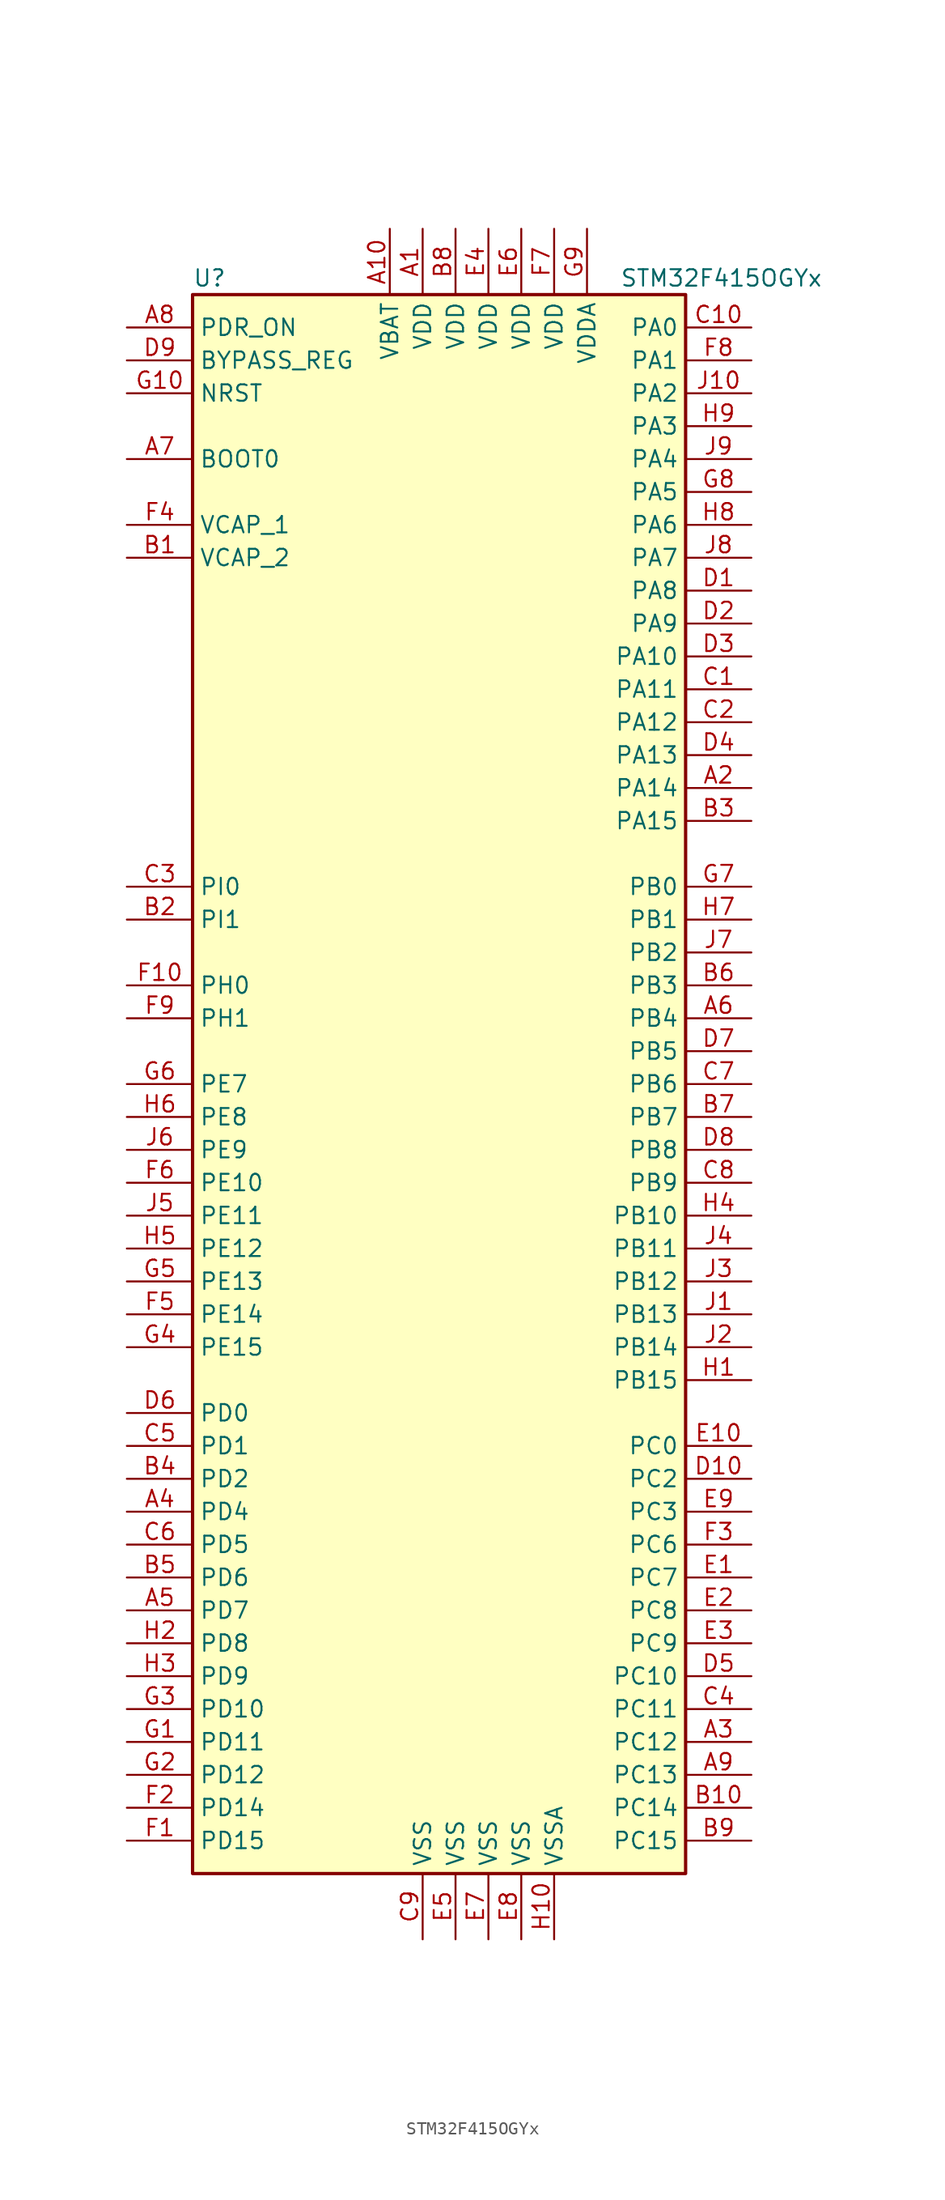
<source format=kicad_sym>
(kicad_symbol_lib
  (version 20211014)
  (generator kicad_symbol_editor)
  (symbol "STM32F415OGYx"
    (property "Reference" "U"
      (at -20.32 62.23 0)
      (effects (font (size 1.27 1.27)) (justify left)))
    (property "Value" "STM32F415OGYx"
      (at 12.7 62.23 0)
      (effects (font (size 1.27 1.27)) (justify left)))
    (symbol "STM32F415OGYx_0_1"
      (rectangle (start -20.32 -60.96) (end 17.78 60.96) (stroke (width 0.254) (type default) (color 0 0 0 0)) (fill (type background))))
    (symbol "STM32F415OGYx_1_1"
      (pin power_in line (at -2.54 66.04 270) (length 5.08) (name "VDD" (effects (font (size 1.27 1.27)))) (number "A1" (effects (font (size 1.27 1.27)))))
      (pin power_in line (at -5.08 66.04 270) (length 5.08) (name "VBAT" (effects (font (size 1.27 1.27)))) (number "A10" (effects (font (size 1.27 1.27)))))
      (pin bidirectional line (at 22.86 22.86 180) (length 5.08) (name "PA14" (effects (font (size 1.27 1.27)))) (number "A2" (effects (font (size 1.27 1.27)))))
      (pin bidirectional line (at 22.86 -50.8 180) (length 5.08) (name "PC12" (effects (font (size 1.27 1.27)))) (number "A3" (effects (font (size 1.27 1.27)))))
      (pin bidirectional line (at -25.4 -33.02 0) (length 5.08) (name "PD4" (effects (font (size 1.27 1.27)))) (number "A4" (effects (font (size 1.27 1.27)))))
      (pin bidirectional line (at -25.4 -40.64 0) (length 5.08) (name "PD7" (effects (font (size 1.27 1.27)))) (number "A5" (effects (font (size 1.27 1.27)))))
      (pin bidirectional line (at 22.86 5.08 180) (length 5.08) (name "PB4" (effects (font (size 1.27 1.27)))) (number "A6" (effects (font (size 1.27 1.27)))))
      (pin input line (at -25.4 48.26 0) (length 5.08) (name "BOOT0" (effects (font (size 1.27 1.27)))) (number "A7" (effects (font (size 1.27 1.27)))))
      (pin input line (at -25.4 58.42 0) (length 5.08) (name "PDR_ON" (effects (font (size 1.27 1.27)))) (number "A8" (effects (font (size 1.27 1.27)))))
      (pin bidirectional line (at 22.86 -53.34 180) (length 5.08) (name "PC13" (effects (font (size 1.27 1.27)))) (number "A9" (effects (font (size 1.27 1.27)))))
      (pin power_in line (at -25.4 40.64 0) (length 5.08) (name "VCAP_2" (effects (font (size 1.27 1.27)))) (number "B1" (effects (font (size 1.27 1.27)))))
      (pin bidirectional line (at 22.86 -55.88 180) (length 5.08) (name "PC14" (effects (font (size 1.27 1.27)))) (number "B10" (effects (font (size 1.27 1.27)))))
      (pin bidirectional line (at -25.4 12.7 0) (length 5.08) (name "PI1" (effects (font (size 1.27 1.27)))) (number "B2" (effects (font (size 1.27 1.27)))))
      (pin bidirectional line (at 22.86 20.32 180) (length 5.08) (name "PA15" (effects (font (size 1.27 1.27)))) (number "B3" (effects (font (size 1.27 1.27)))))
      (pin bidirectional line (at -25.4 -30.48 0) (length 5.08) (name "PD2" (effects (font (size 1.27 1.27)))) (number "B4" (effects (font (size 1.27 1.27)))))
      (pin bidirectional line (at -25.4 -38.1 0) (length 5.08) (name "PD6" (effects (font (size 1.27 1.27)))) (number "B5" (effects (font (size 1.27 1.27)))))
      (pin bidirectional line (at 22.86 7.62 180) (length 5.08) (name "PB3" (effects (font (size 1.27 1.27)))) (number "B6" (effects (font (size 1.27 1.27)))))
      (pin bidirectional line (at 22.86 -2.54 180) (length 5.08) (name "PB7" (effects (font (size 1.27 1.27)))) (number "B7" (effects (font (size 1.27 1.27)))))
      (pin power_in line (at 0 66.04 270) (length 5.08) (name "VDD" (effects (font (size 1.27 1.27)))) (number "B8" (effects (font (size 1.27 1.27)))))
      (pin bidirectional line (at 22.86 -58.42 180) (length 5.08) (name "PC15" (effects (font (size 1.27 1.27)))) (number "B9" (effects (font (size 1.27 1.27)))))
      (pin bidirectional line (at 22.86 30.48 180) (length 5.08) (name "PA11" (effects (font (size 1.27 1.27)))) (number "C1" (effects (font (size 1.27 1.27)))))
      (pin bidirectional line (at 22.86 58.42 180) (length 5.08) (name "PA0" (effects (font (size 1.27 1.27)))) (number "C10" (effects (font (size 1.27 1.27)))))
      (pin bidirectional line (at 22.86 27.94 180) (length 5.08) (name "PA12" (effects (font (size 1.27 1.27)))) (number "C2" (effects (font (size 1.27 1.27)))))
      (pin bidirectional line (at -25.4 15.24 0) (length 5.08) (name "PI0" (effects (font (size 1.27 1.27)))) (number "C3" (effects (font (size 1.27 1.27)))))
      (pin bidirectional line (at 22.86 -48.26 180) (length 5.08) (name "PC11" (effects (font (size 1.27 1.27)))) (number "C4" (effects (font (size 1.27 1.27)))))
      (pin bidirectional line (at -25.4 -27.94 0) (length 5.08) (name "PD1" (effects (font (size 1.27 1.27)))) (number "C5" (effects (font (size 1.27 1.27)))))
      (pin bidirectional line (at -25.4 -35.56 0) (length 5.08) (name "PD5" (effects (font (size 1.27 1.27)))) (number "C6" (effects (font (size 1.27 1.27)))))
      (pin bidirectional line (at 22.86 0 180) (length 5.08) (name "PB6" (effects (font (size 1.27 1.27)))) (number "C7" (effects (font (size 1.27 1.27)))))
      (pin bidirectional line (at 22.86 -7.62 180) (length 5.08) (name "PB9" (effects (font (size 1.27 1.27)))) (number "C8" (effects (font (size 1.27 1.27)))))
      (pin power_in line (at -2.54 -66.04 90) (length 5.08) (name "VSS" (effects (font (size 1.27 1.27)))) (number "C9" (effects (font (size 1.27 1.27)))))
      (pin bidirectional line (at 22.86 38.1 180) (length 5.08) (name "PA8" (effects (font (size 1.27 1.27)))) (number "D1" (effects (font (size 1.27 1.27)))))
      (pin bidirectional line (at 22.86 -30.48 180) (length 5.08) (name "PC2" (effects (font (size 1.27 1.27)))) (number "D10" (effects (font (size 1.27 1.27)))))
      (pin bidirectional line (at 22.86 35.56 180) (length 5.08) (name "PA9" (effects (font (size 1.27 1.27)))) (number "D2" (effects (font (size 1.27 1.27)))))
      (pin bidirectional line (at 22.86 33.02 180) (length 5.08) (name "PA10" (effects (font (size 1.27 1.27)))) (number "D3" (effects (font (size 1.27 1.27)))))
      (pin bidirectional line (at 22.86 25.4 180) (length 5.08) (name "PA13" (effects (font (size 1.27 1.27)))) (number "D4" (effects (font (size 1.27 1.27)))))
      (pin bidirectional line (at 22.86 -45.72 180) (length 5.08) (name "PC10" (effects (font (size 1.27 1.27)))) (number "D5" (effects (font (size 1.27 1.27)))))
      (pin bidirectional line (at -25.4 -25.4 0) (length 5.08) (name "PD0" (effects (font (size 1.27 1.27)))) (number "D6" (effects (font (size 1.27 1.27)))))
      (pin bidirectional line (at 22.86 2.54 180) (length 5.08) (name "PB5" (effects (font (size 1.27 1.27)))) (number "D7" (effects (font (size 1.27 1.27)))))
      (pin bidirectional line (at 22.86 -5.08 180) (length 5.08) (name "PB8" (effects (font (size 1.27 1.27)))) (number "D8" (effects (font (size 1.27 1.27)))))
      (pin input line (at -25.4 55.88 0) (length 5.08) (name "BYPASS_REG" (effects (font (size 1.27 1.27)))) (number "D9" (effects (font (size 1.27 1.27)))))
      (pin bidirectional line (at 22.86 -38.1 180) (length 5.08) (name "PC7" (effects (font (size 1.27 1.27)))) (number "E1" (effects (font (size 1.27 1.27)))))
      (pin bidirectional line (at 22.86 -27.94 180) (length 5.08) (name "PC0" (effects (font (size 1.27 1.27)))) (number "E10" (effects (font (size 1.27 1.27)))))
      (pin bidirectional line (at 22.86 -40.64 180) (length 5.08) (name "PC8" (effects (font (size 1.27 1.27)))) (number "E2" (effects (font (size 1.27 1.27)))))
      (pin bidirectional line (at 22.86 -43.18 180) (length 5.08) (name "PC9" (effects (font (size 1.27 1.27)))) (number "E3" (effects (font (size 1.27 1.27)))))
      (pin power_in line (at 2.54 66.04 270) (length 5.08) (name "VDD" (effects (font (size 1.27 1.27)))) (number "E4" (effects (font (size 1.27 1.27)))))
      (pin power_in line (at 0 -66.04 90) (length 5.08) (name "VSS" (effects (font (size 1.27 1.27)))) (number "E5" (effects (font (size 1.27 1.27)))))
      (pin power_in line (at 5.08 66.04 270) (length 5.08) (name "VDD" (effects (font (size 1.27 1.27)))) (number "E6" (effects (font (size 1.27 1.27)))))
      (pin power_in line (at 2.54 -66.04 90) (length 5.08) (name "VSS" (effects (font (size 1.27 1.27)))) (number "E7" (effects (font (size 1.27 1.27)))))
      (pin power_in line (at 5.08 -66.04 90) (length 5.08) (name "VSS" (effects (font (size 1.27 1.27)))) (number "E8" (effects (font (size 1.27 1.27)))))
      (pin bidirectional line (at 22.86 -33.02 180) (length 5.08) (name "PC3" (effects (font (size 1.27 1.27)))) (number "E9" (effects (font (size 1.27 1.27)))))
      (pin bidirectional line (at -25.4 -58.42 0) (length 5.08) (name "PD15" (effects (font (size 1.27 1.27)))) (number "F1" (effects (font (size 1.27 1.27)))))
      (pin input line (at -25.4 7.62 0) (length 5.08) (name "PH0" (effects (font (size 1.27 1.27)))) (number "F10" (effects (font (size 1.27 1.27)))))
      (pin bidirectional line (at -25.4 -55.88 0) (length 5.08) (name "PD14" (effects (font (size 1.27 1.27)))) (number "F2" (effects (font (size 1.27 1.27)))))
      (pin bidirectional line (at 22.86 -35.56 180) (length 5.08) (name "PC6" (effects (font (size 1.27 1.27)))) (number "F3" (effects (font (size 1.27 1.27)))))
      (pin power_in line (at -25.4 43.18 0) (length 5.08) (name "VCAP_1" (effects (font (size 1.27 1.27)))) (number "F4" (effects (font (size 1.27 1.27)))))
      (pin bidirectional line (at -25.4 -17.78 0) (length 5.08) (name "PE14" (effects (font (size 1.27 1.27)))) (number "F5" (effects (font (size 1.27 1.27)))))
      (pin bidirectional line (at -25.4 -7.62 0) (length 5.08) (name "PE10" (effects (font (size 1.27 1.27)))) (number "F6" (effects (font (size 1.27 1.27)))))
      (pin power_in line (at 7.62 66.04 270) (length 5.08) (name "VDD" (effects (font (size 1.27 1.27)))) (number "F7" (effects (font (size 1.27 1.27)))))
      (pin bidirectional line (at 22.86 55.88 180) (length 5.08) (name "PA1" (effects (font (size 1.27 1.27)))) (number "F8" (effects (font (size 1.27 1.27)))))
      (pin input line (at -25.4 5.08 0) (length 5.08) (name "PH1" (effects (font (size 1.27 1.27)))) (number "F9" (effects (font (size 1.27 1.27)))))
      (pin bidirectional line (at -25.4 -50.8 0) (length 5.08) (name "PD11" (effects (font (size 1.27 1.27)))) (number "G1" (effects (font (size 1.27 1.27)))))
      (pin input line (at -25.4 53.34 0) (length 5.08) (name "NRST" (effects (font (size 1.27 1.27)))) (number "G10" (effects (font (size 1.27 1.27)))))
      (pin bidirectional line (at -25.4 -53.34 0) (length 5.08) (name "PD12" (effects (font (size 1.27 1.27)))) (number "G2" (effects (font (size 1.27 1.27)))))
      (pin bidirectional line (at -25.4 -48.26 0) (length 5.08) (name "PD10" (effects (font (size 1.27 1.27)))) (number "G3" (effects (font (size 1.27 1.27)))))
      (pin bidirectional line (at -25.4 -20.32 0) (length 5.08) (name "PE15" (effects (font (size 1.27 1.27)))) (number "G4" (effects (font (size 1.27 1.27)))))
      (pin bidirectional line (at -25.4 -15.24 0) (length 5.08) (name "PE13" (effects (font (size 1.27 1.27)))) (number "G5" (effects (font (size 1.27 1.27)))))
      (pin bidirectional line (at -25.4 0 0) (length 5.08) (name "PE7" (effects (font (size 1.27 1.27)))) (number "G6" (effects (font (size 1.27 1.27)))))
      (pin bidirectional line (at 22.86 15.24 180) (length 5.08) (name "PB0" (effects (font (size 1.27 1.27)))) (number "G7" (effects (font (size 1.27 1.27)))))
      (pin bidirectional line (at 22.86 45.72 180) (length 5.08) (name "PA5" (effects (font (size 1.27 1.27)))) (number "G8" (effects (font (size 1.27 1.27)))))
      (pin power_in line (at 10.16 66.04 270) (length 5.08) (name "VDDA" (effects (font (size 1.27 1.27)))) (number "G9" (effects (font (size 1.27 1.27)))))
      (pin bidirectional line (at 22.86 -22.86 180) (length 5.08) (name "PB15" (effects (font (size 1.27 1.27)))) (number "H1" (effects (font (size 1.27 1.27)))))
      (pin power_in line (at 7.62 -66.04 90) (length 5.08) (name "VSSA" (effects (font (size 1.27 1.27)))) (number "H10" (effects (font (size 1.27 1.27)))))
      (pin bidirectional line (at -25.4 -43.18 0) (length 5.08) (name "PD8" (effects (font (size 1.27 1.27)))) (number "H2" (effects (font (size 1.27 1.27)))))
      (pin bidirectional line (at -25.4 -45.72 0) (length 5.08) (name "PD9" (effects (font (size 1.27 1.27)))) (number "H3" (effects (font (size 1.27 1.27)))))
      (pin bidirectional line (at 22.86 -10.16 180) (length 5.08) (name "PB10" (effects (font (size 1.27 1.27)))) (number "H4" (effects (font (size 1.27 1.27)))))
      (pin bidirectional line (at -25.4 -12.7 0) (length 5.08) (name "PE12" (effects (font (size 1.27 1.27)))) (number "H5" (effects (font (size 1.27 1.27)))))
      (pin bidirectional line (at -25.4 -2.54 0) (length 5.08) (name "PE8" (effects (font (size 1.27 1.27)))) (number "H6" (effects (font (size 1.27 1.27)))))
      (pin bidirectional line (at 22.86 12.7 180) (length 5.08) (name "PB1" (effects (font (size 1.27 1.27)))) (number "H7" (effects (font (size 1.27 1.27)))))
      (pin bidirectional line (at 22.86 43.18 180) (length 5.08) (name "PA6" (effects (font (size 1.27 1.27)))) (number "H8" (effects (font (size 1.27 1.27)))))
      (pin bidirectional line (at 22.86 50.8 180) (length 5.08) (name "PA3" (effects (font (size 1.27 1.27)))) (number "H9" (effects (font (size 1.27 1.27)))))
      (pin bidirectional line (at 22.86 -17.78 180) (length 5.08) (name "PB13" (effects (font (size 1.27 1.27)))) (number "J1" (effects (font (size 1.27 1.27)))))
      (pin bidirectional line (at 22.86 53.34 180) (length 5.08) (name "PA2" (effects (font (size 1.27 1.27)))) (number "J10" (effects (font (size 1.27 1.27)))))
      (pin bidirectional line (at 22.86 -20.32 180) (length 5.08) (name "PB14" (effects (font (size 1.27 1.27)))) (number "J2" (effects (font (size 1.27 1.27)))))
      (pin bidirectional line (at 22.86 -15.24 180) (length 5.08) (name "PB12" (effects (font (size 1.27 1.27)))) (number "J3" (effects (font (size 1.27 1.27)))))
      (pin bidirectional line (at 22.86 -12.7 180) (length 5.08) (name "PB11" (effects (font (size 1.27 1.27)))) (number "J4" (effects (font (size 1.27 1.27)))))
      (pin bidirectional line (at -25.4 -10.16 0) (length 5.08) (name "PE11" (effects (font (size 1.27 1.27)))) (number "J5" (effects (font (size 1.27 1.27)))))
      (pin bidirectional line (at -25.4 -5.08 0) (length 5.08) (name "PE9" (effects (font (size 1.27 1.27)))) (number "J6" (effects (font (size 1.27 1.27)))))
      (pin bidirectional line (at 22.86 10.16 180) (length 5.08) (name "PB2" (effects (font (size 1.27 1.27)))) (number "J7" (effects (font (size 1.27 1.27)))))
      (pin bidirectional line (at 22.86 40.64 180) (length 5.08) (name "PA7" (effects (font (size 1.27 1.27)))) (number "J8" (effects (font (size 1.27 1.27)))))
      (pin bidirectional line (at 22.86 48.26 180) (length 5.08) (name "PA4" (effects (font (size 1.27 1.27)))) (number "J9" (effects (font (size 1.27 1.27))))))))
</source>
